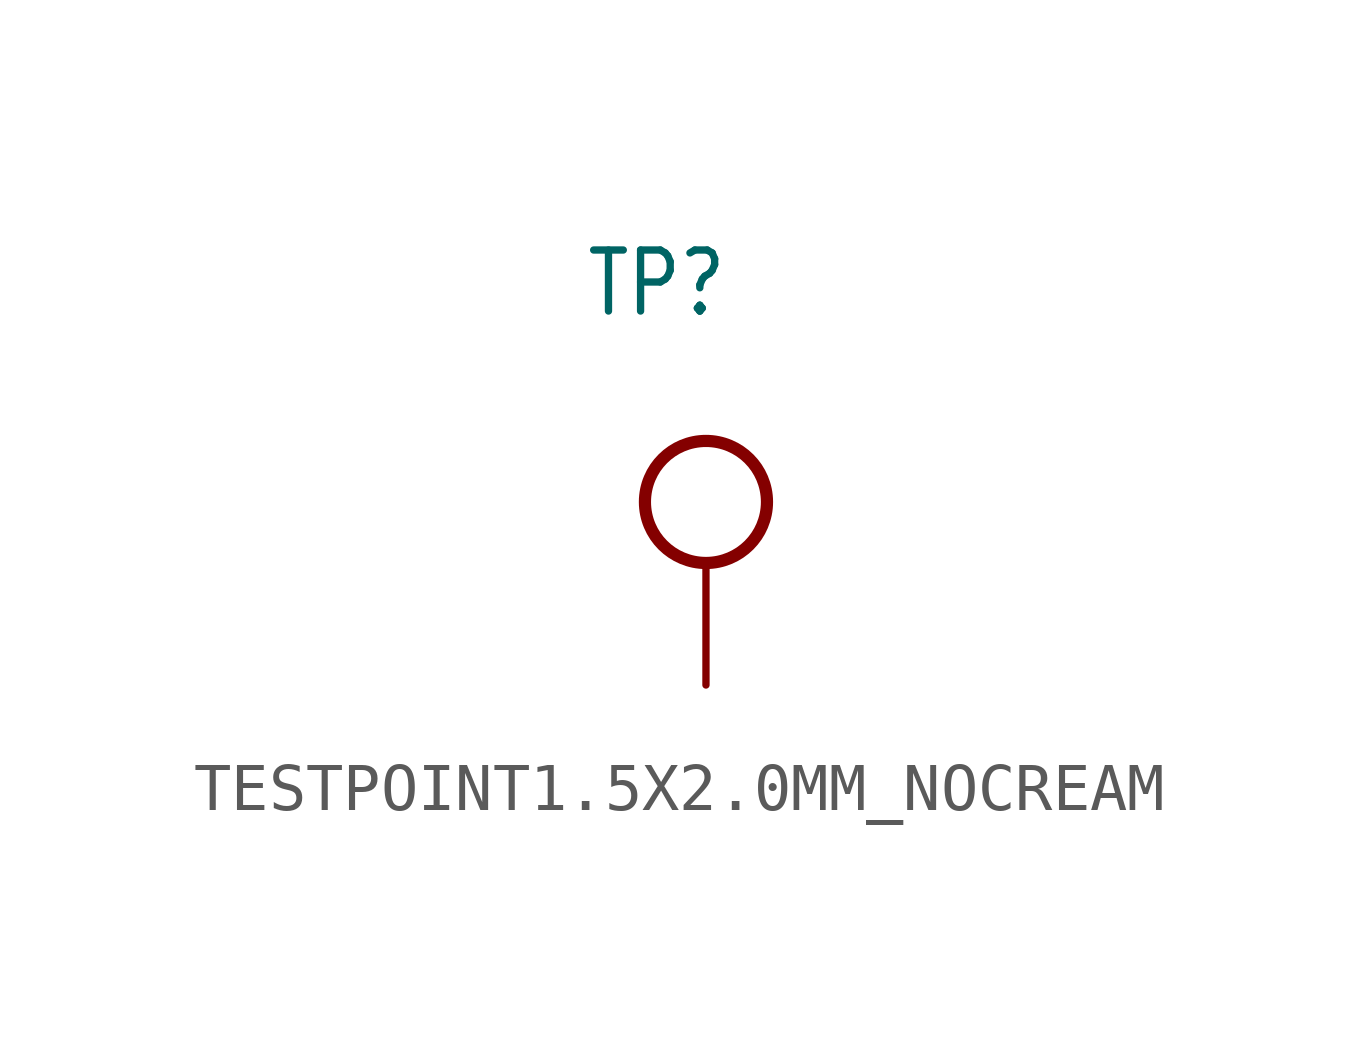
<source format=kicad_sym>
(kicad_symbol_lib
  (version 20220914)
  (generator kicad_symbol_editor)
  (symbol "TESTPOINT1.5X2.0MM_NOCREAM"
    (property "Reference" "TP"
      (at -2.54 7.62 0)
      (effects (font (size 1.27 1.079)) (justify left bottom)))
    (property "Value" ""
      (at -2.54 5.715 0)
      (effects (font (size 1.27 1.079)) (justify left bottom)))
    (property "ki_locked" ""
      (at 0 0 0)
      (effects (font (size 1.27 1.27))))
    (symbol "TESTPOINT1.5X2.0MM_NOCREAM_1_0"
      (circle (center 0 3.81) (radius 1.27) (stroke (width 0.254) (type solid)) (fill (type none)))
      (pin bidirectional line (at 0 0 90) (length 2.54) (name "P$1" (effects (font (size 0 0)))) (number "P$1" (effects (font (size 0 0))))))))
</source>
